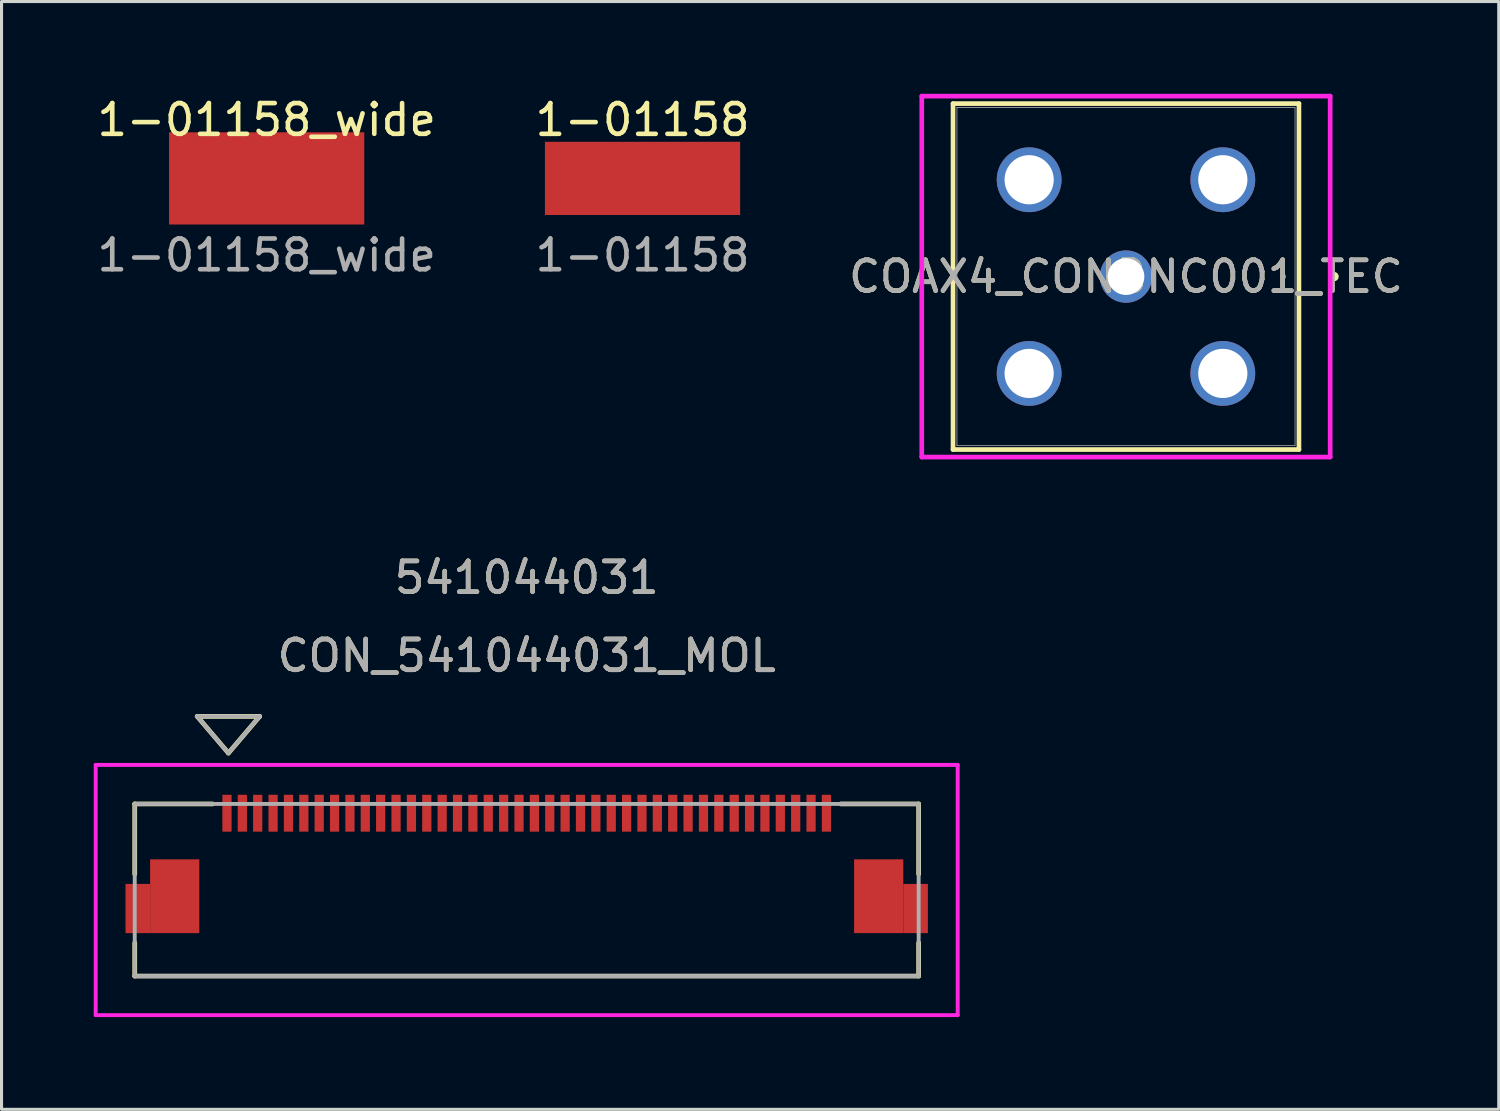
<source format=kicad_pcb>
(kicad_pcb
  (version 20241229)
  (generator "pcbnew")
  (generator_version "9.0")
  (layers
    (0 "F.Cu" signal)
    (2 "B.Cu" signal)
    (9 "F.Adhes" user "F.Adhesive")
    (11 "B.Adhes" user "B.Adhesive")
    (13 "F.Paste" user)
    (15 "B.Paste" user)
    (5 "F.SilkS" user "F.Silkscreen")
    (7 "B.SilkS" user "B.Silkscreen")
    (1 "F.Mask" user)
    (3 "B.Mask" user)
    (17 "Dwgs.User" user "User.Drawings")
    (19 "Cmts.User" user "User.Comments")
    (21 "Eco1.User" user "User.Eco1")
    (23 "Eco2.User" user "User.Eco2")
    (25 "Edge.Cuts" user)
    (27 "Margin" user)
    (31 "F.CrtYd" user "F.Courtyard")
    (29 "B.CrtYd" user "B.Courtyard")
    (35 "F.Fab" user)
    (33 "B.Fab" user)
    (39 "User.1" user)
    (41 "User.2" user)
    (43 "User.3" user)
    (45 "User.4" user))
  (footprint "1-01158"
    (layer "F.Cu")
    (at 17.851 2.753)
    (property "Reference" "1-01158" (at 0 -1.905 0) (unlocked yes) (layer "F.SilkS") (effects (font (size 1 1) (thickness 0.15))))
    (attr smd)
    (fp_text user "${REFERENCE}" (at 0 2.5 0) (unlocked yes) (layer "F.Fab") (effects (font (size 1 1) (thickness 0.15))))
    (pad "1" smd rect (at 0 0) (size 6.35 2.381) (layers "F.Cu" "F.Mask" "F.Paste")))
  (footprint "CON_541044031_MOL"
    (layer "F.Cu")
    (at 14.083 25.901)
    (property "Reference" "CON_541044031_MOL" (at 0 -7.62 0) (unlocked yes) (layer "F.SilkS") (effects (font (size 1 1) (thickness 0.15))))
    (attr smd)
    (fp_poly (pts (xy -13.05 1.402) (xy -13.05 -0.198) (xy -12.25 -0.198) (xy -12.25 1.402)) (stroke (width 0) (type solid)) (fill yes) (layer "F.Cu"))
    (fp_poly (pts (xy 13.05 1.402) (xy 13.05 -0.198) (xy 12.25 -0.198) (xy 12.25 1.402)) (stroke (width 0) (type solid)) (fill yes) (layer "F.Cu"))
    (fp_poly (pts (xy -13.05 1.402) (xy -13.05 -0.198) (xy -12.25 -0.198) (xy -12.25 1.402)) (stroke (width 0) (type solid)) (fill yes) (layer "F.Mask"))
    (fp_poly (pts (xy 13.05 1.402) (xy 13.05 -0.198) (xy 12.25 -0.198) (xy 12.25 1.402)) (stroke (width 0) (type solid)) (fill yes) (layer "F.Mask"))
    (fp_line (start -12.75 -2.8) (end -12.75 -0.516) (stroke (width 0.152) (type solid)) (layer "F.SilkS"))
    (fp_line (start -12.75 1.719) (end -12.75 2.8) (stroke (width 0.152) (type solid)) (layer "F.SilkS"))
    (fp_line (start -12.75 2.8) (end 12.75 2.8) (stroke (width 0.152) (type solid)) (layer "F.SilkS"))
    (fp_line (start -10.718 -5.648) (end -9.702 -4.454) (stroke (width 0.152) (type solid)) (layer "F.SilkS"))
    (fp_line (start -10.718 -5.648) (end -8.686 -5.648) (stroke (width 0.152) (type solid)) (layer "F.SilkS"))
    (fp_line (start -10.217 -2.8) (end -12.75 -2.8) (stroke (width 0.152) (type solid)) (layer "F.SilkS"))
    (fp_line (start -8.686 -5.648) (end -9.702 -4.454) (stroke (width 0.152) (type solid)) (layer "F.SilkS"))
    (fp_line (start 12.75 -2.8) (end 10.218 -2.8) (stroke (width 0.152) (type solid)) (layer "F.SilkS"))
    (fp_line (start 12.75 -0.516) (end 12.75 -2.8) (stroke (width 0.152) (type solid)) (layer "F.SilkS"))
    (fp_line (start 12.75 2.8) (end 12.75 1.719) (stroke (width 0.152) (type solid)) (layer "F.SilkS"))
    (fp_poly (pts (xy -13.05 1.402) (xy -13.05 -0.198) (xy -12.25 -0.198) (xy -12.25 1.402)) (stroke (width 0) (type solid)) (fill yes) (layer "F.Paste"))
    (fp_poly (pts (xy 13.05 1.402) (xy 13.05 -0.198) (xy 12.25 -0.198) (xy 12.25 1.402)) (stroke (width 0) (type solid)) (fill yes) (layer "F.Paste"))
    (fp_line (start -14.02 -4.07) (end -14.02 4.07) (stroke (width 0.127) (type solid)) (layer "F.CrtYd"))
    (fp_line (start -14.02 4.07) (end 14.02 4.07) (stroke (width 0.127) (type solid)) (layer "F.CrtYd"))
    (fp_line (start 14.02 -4.07) (end -14.02 -4.07) (stroke (width 0.127) (type solid)) (layer "F.CrtYd"))
    (fp_line (start 14.02 4.07) (end 14.02 -4.07) (stroke (width 0.127) (type solid)) (layer "F.CrtYd"))
    (fp_line (start -12.75 -2.8) (end -12.75 2.8) (stroke (width 0.127) (type solid)) (layer "F.Fab"))
    (fp_line (start -12.75 2.8) (end 12.75 2.8) (stroke (width 0.127) (type solid)) (layer "F.Fab"))
    (fp_line (start -10.718 -5.648) (end -9.702 -4.454) (stroke (width 0.127) (type solid)) (layer "F.Fab"))
    (fp_line (start -10.718 -5.648) (end -8.686 -5.648) (stroke (width 0.127) (type solid)) (layer "F.Fab"))
    (fp_line (start -8.686 -5.648) (end -9.702 -4.454) (stroke (width 0.127) (type solid)) (layer "F.Fab"))
    (fp_line (start 12.75 -2.8) (end -12.75 -2.8) (stroke (width 0.127) (type solid)) (layer "F.Fab"))
    (fp_line (start 12.75 2.8) (end 12.75 -2.8) (stroke (width 0.127) (type solid)) (layer "F.Fab"))
    (fp_text user "541044031" (at 0 -10.16 0) (unlocked yes) (layer "F.SilkS") (effects (font (size 1 1) (thickness 0.15))))
    (fp_text user "${REFERENCE}" (at 0 -7.62 0) (unlocked yes) (layer "F.Fab") (effects (font (size 1 1) (thickness 0.15))))
    (fp_text user "541044031" (at 0 -10.16 0) (unlocked yes) (layer "F.Fab") (effects (font (size 1 1) (thickness 0.15))))
    (pad "1" smd rect (at -9.75 -2.498) (size 0.3 1.2) (layers "F.Cu" "F.Mask" "F.Paste"))
    (pad "2" smd rect (at -9.25 -2.498) (size 0.3 1.2) (layers "F.Cu" "F.Mask" "F.Paste"))
    (pad "3" smd rect (at -8.75 -2.498) (size 0.3 1.2) (layers "F.Cu" "F.Mask" "F.Paste"))
    (pad "4" smd rect (at -8.25 -2.498) (size 0.3 1.2) (layers "F.Cu" "F.Mask" "F.Paste"))
    (pad "5" smd rect (at -7.75 -2.498) (size 0.3 1.2) (layers "F.Cu" "F.Mask" "F.Paste"))
    (pad "6" smd rect (at -7.25 -2.498) (size 0.3 1.2) (layers "F.Cu" "F.Mask" "F.Paste"))
    (pad "7" smd rect (at -6.75 -2.498) (size 0.3 1.2) (layers "F.Cu" "F.Mask" "F.Paste"))
    (pad "8" smd rect (at -6.25 -2.498) (size 0.3 1.2) (layers "F.Cu" "F.Mask" "F.Paste"))
    (pad "9" smd rect (at -5.75 -2.498) (size 0.3 1.2) (layers "F.Cu" "F.Mask" "F.Paste"))
    (pad "10" smd rect (at -5.25 -2.498) (size 0.3 1.2) (layers "F.Cu" "F.Mask" "F.Paste"))
    (pad "11" smd rect (at -4.75 -2.498) (size 0.3 1.2) (layers "F.Cu" "F.Mask" "F.Paste"))
    (pad "12" smd rect (at -4.25 -2.498) (size 0.3 1.2) (layers "F.Cu" "F.Mask" "F.Paste"))
    (pad "13" smd rect (at -3.75 -2.498) (size 0.3 1.2) (layers "F.Cu" "F.Mask" "F.Paste"))
    (pad "14" smd rect (at -3.25 -2.498) (size 0.3 1.2) (layers "F.Cu" "F.Mask" "F.Paste"))
    (pad "15" smd rect (at -2.75 -2.498) (size 0.3 1.2) (layers "F.Cu" "F.Mask" "F.Paste"))
    (pad "16" smd rect (at -2.25 -2.498) (size 0.3 1.2) (layers "F.Cu" "F.Mask" "F.Paste"))
    (pad "17" smd rect (at -1.75 -2.498) (size 0.3 1.2) (layers "F.Cu" "F.Mask" "F.Paste"))
    (pad "18" smd rect (at -1.25 -2.498) (size 0.3 1.2) (layers "F.Cu" "F.Mask" "F.Paste"))
    (pad "19" smd rect (at -0.75 -2.498) (size 0.3 1.2) (layers "F.Cu" "F.Mask" "F.Paste"))
    (pad "20" smd rect (at -0.25 -2.498) (size 0.3 1.2) (layers "F.Cu" "F.Mask" "F.Paste"))
    (pad "21" smd rect (at 0.25 -2.498) (size 0.3 1.2) (layers "F.Cu" "F.Mask" "F.Paste"))
    (pad "22" smd rect (at 0.75 -2.498) (size 0.3 1.2) (layers "F.Cu" "F.Mask" "F.Paste"))
    (pad "23" smd rect (at 1.25 -2.498) (size 0.3 1.2) (layers "F.Cu" "F.Mask" "F.Paste"))
    (pad "24" smd rect (at 1.75 -2.498) (size 0.3 1.2) (layers "F.Cu" "F.Mask" "F.Paste"))
    (pad "25" smd rect (at 2.25 -2.498) (size 0.3 1.2) (layers "F.Cu" "F.Mask" "F.Paste"))
    (pad "26" smd rect (at 2.75 -2.498) (size 0.3 1.2) (layers "F.Cu" "F.Mask" "F.Paste"))
    (pad "27" smd rect (at 3.25 -2.498) (size 0.3 1.2) (layers "F.Cu" "F.Mask" "F.Paste"))
    (pad "28" smd rect (at 3.75 -2.498) (size 0.3 1.2) (layers "F.Cu" "F.Mask" "F.Paste"))
    (pad "29" smd rect (at 4.25 -2.498) (size 0.3 1.2) (layers "F.Cu" "F.Mask" "F.Paste"))
    (pad "30" smd rect (at 4.75 -2.498) (size 0.3 1.2) (layers "F.Cu" "F.Mask" "F.Paste"))
    (pad "31" smd rect (at 5.25 -2.498) (size 0.3 1.2) (layers "F.Cu" "F.Mask" "F.Paste"))
    (pad "32" smd rect (at 5.75 -2.498) (size 0.3 1.2) (layers "F.Cu" "F.Mask" "F.Paste"))
    (pad "33" smd rect (at 6.25 -2.498) (size 0.3 1.2) (layers "F.Cu" "F.Mask" "F.Paste"))
    (pad "34" smd rect (at 6.75 -2.498) (size 0.3 1.2) (layers "F.Cu" "F.Mask" "F.Paste"))
    (pad "35" smd rect (at 7.25 -2.498) (size 0.3 1.2) (layers "F.Cu" "F.Mask" "F.Paste"))
    (pad "36" smd rect (at 7.75 -2.498) (size 0.3 1.2) (layers "F.Cu" "F.Mask" "F.Paste"))
    (pad "37" smd rect (at 8.25 -2.498) (size 0.3 1.2) (layers "F.Cu" "F.Mask" "F.Paste"))
    (pad "38" smd rect (at 8.75 -2.498) (size 0.3 1.2) (layers "F.Cu" "F.Mask" "F.Paste"))
    (pad "39" smd rect (at 9.25 -2.498) (size 0.3 1.2) (layers "F.Cu" "F.Mask" "F.Paste"))
    (pad "40" smd rect (at 9.75 -2.498) (size 0.3 1.2) (layers "F.Cu" "F.Mask" "F.Paste"))
    (pad "P1" smd rect (at -11.45 0.202) (size 1.6 2.4) (layers "F.Cu" "F.Mask" "F.Paste"))
    (pad "P2" smd rect (at 11.45 0.202) (size 1.6 2.4) (layers "F.Cu" "F.Mask" "F.Paste")))
  (footprint "COAX4_CONBNC001_TEC"
    (layer "F.Cu")
    (at 33.577 5.947)
    (property "Reference" "COAX4_CONBNC001_TEC" (at 0 0 0) (unlocked yes) (layer "F.SilkS") (effects (font (size 1 1) (thickness 0.15))))
    (attr through_hole)
    (fp_line (start -5.626 -5.626) (end -5.626 5.626) (stroke (width 0.152) (type solid)) (layer "F.SilkS"))
    (fp_line (start -5.626 5.626) (end 5.626 5.626) (stroke (width 0.152) (type solid)) (layer "F.SilkS"))
    (fp_line (start 5.626 -5.626) (end -5.626 -5.626) (stroke (width 0.152) (type solid)) (layer "F.SilkS"))
    (fp_line (start 5.626 5.626) (end 5.626 -5.626) (stroke (width 0.152) (type solid)) (layer "F.SilkS"))
    (fp_circle (center 6.769 0) (end 6.845 0) (stroke (width 0.152) (type solid)) (fill no) (layer "F.SilkS"))
    (fp_line (start -6.642 -5.87) (end 6.642 -5.87) (stroke (width 0.152) (type solid)) (layer "F.CrtYd"))
    (fp_line (start -6.642 5.87) (end -6.642 -5.87) (stroke (width 0.152) (type solid)) (layer "F.CrtYd"))
    (fp_line (start 6.642 -5.87) (end 6.642 5.87) (stroke (width 0.152) (type solid)) (layer "F.CrtYd"))
    (fp_line (start 6.642 5.87) (end -6.642 5.87) (stroke (width 0.152) (type solid)) (layer "F.CrtYd"))
    (fp_line (start -5.499 -5.499) (end -5.499 5.499) (stroke (width 0.025) (type solid)) (layer "F.Fab"))
    (fp_line (start -5.499 5.499) (end 5.499 5.499) (stroke (width 0.025) (type solid)) (layer "F.Fab"))
    (fp_line (start 5.499 -5.499) (end -5.499 -5.499) (stroke (width 0.025) (type solid)) (layer "F.Fab"))
    (fp_line (start 5.499 5.499) (end 5.499 -5.499) (stroke (width 0.025) (type solid)) (layer "F.Fab"))
    (fp_circle (center 5.118 0) (end 5.194 0) (stroke (width 0.025) (type solid)) (fill no) (layer "F.Fab"))
    (fp_text user "${REFERENCE}" (at 0 0 0) (unlocked yes) (layer "F.Fab") (effects (font (size 1 1) (thickness 0.15))))
    (pad "1" thru_hole circle (at 0 0) (size 1.702 1.702) (drill 1.194) (layers "*.Cu" "*.Mask"))
    (pad "2" thru_hole circle (at -3.15 -3.15) (size 2.108 2.108) (drill 1.6) (layers "*.Cu" "*.Mask"))
    (pad "3" thru_hole circle (at -3.15 3.15) (size 2.108 2.108) (drill 1.6) (layers "*.Cu" "*.Mask"))
    (pad "4" thru_hole circle (at 3.15 3.15) (size 2.108 2.108) (drill 1.6) (layers "*.Cu" "*.Mask"))
    (pad "5" thru_hole circle (at 3.15 -3.15) (size 2.108 2.108) (drill 1.6) (layers "*.Cu" "*.Mask")))
  (footprint "1-01158_wide"
    (layer "F.Cu")
    (at 5.625 2.753)
    (property "Reference" "1-01158_wide" (at 0 -1.905 0) (unlocked yes) (layer "F.SilkS") (effects (font (size 1 1) (thickness 0.15))))
    (attr smd)
    (fp_text user "${REFERENCE}" (at 0 2.5 0) (unlocked yes) (layer "F.Fab") (effects (font (size 1 1) (thickness 0.15))))
    (pad "1" smd rect (at 0 0) (size 6.35 3) (layers "F.Cu" "F.Mask" "F.Paste")))
  (gr_rect
    (start -3 -3)
    (end 45.702 33.035)
    (stroke (width 0.1) (type default))
    (fill no)
    (layer "Edge.Cuts")))
</source>
